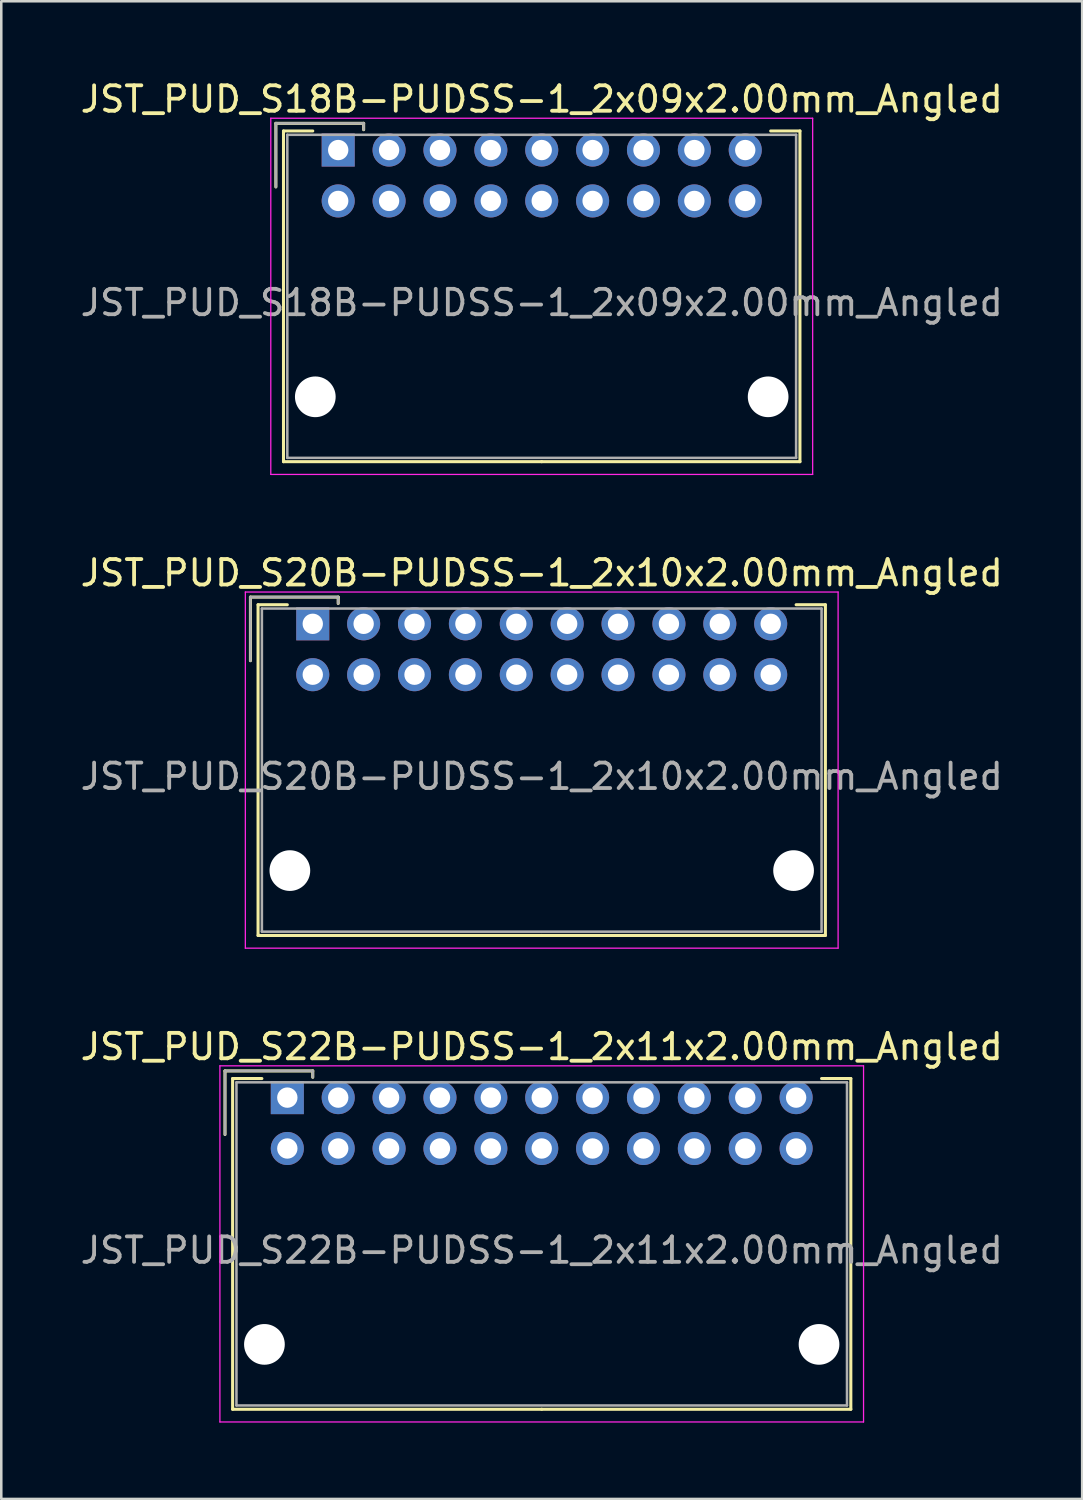
<source format=kicad_pcb>
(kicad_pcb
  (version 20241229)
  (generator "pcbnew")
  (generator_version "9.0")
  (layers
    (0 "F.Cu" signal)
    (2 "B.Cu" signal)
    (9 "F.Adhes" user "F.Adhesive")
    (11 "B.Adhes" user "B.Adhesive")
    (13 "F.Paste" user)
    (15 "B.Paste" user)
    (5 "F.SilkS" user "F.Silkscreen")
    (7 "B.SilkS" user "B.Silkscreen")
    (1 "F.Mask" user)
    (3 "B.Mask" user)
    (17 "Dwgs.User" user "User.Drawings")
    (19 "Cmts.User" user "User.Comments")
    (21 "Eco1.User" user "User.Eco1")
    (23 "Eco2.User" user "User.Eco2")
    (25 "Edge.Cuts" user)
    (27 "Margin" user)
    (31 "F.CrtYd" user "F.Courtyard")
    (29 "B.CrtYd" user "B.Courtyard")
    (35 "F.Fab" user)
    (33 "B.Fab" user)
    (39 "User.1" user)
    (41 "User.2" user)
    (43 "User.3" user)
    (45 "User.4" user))
  (footprint "JST_PUD_S20B-PUDSS-1_2x10x2.00mm_Angled"
    (layer "F.Cu")
    (at 9.244 21.471)
    (property "Reference" "JST_PUD_S20B-PUDSS-1_2x10x2.00mm_Angled" (at 9 -2 0) (layer "F.SilkS") (effects (font (size 1 1) (thickness 0.15))))
    (attr through_hole)
    (fp_line (start -2.45 -1.05) (end -2.45 1.45) (stroke (width 0.12) (type solid)) (layer "F.SilkS"))
    (fp_line (start -2.15 -0.75) (end -2.15 12.25) (stroke (width 0.12) (type solid)) (layer "F.SilkS"))
    (fp_line (start -2.15 12.25) (end 9 12.25) (stroke (width 0.12) (type solid)) (layer "F.SilkS"))
    (fp_line (start -1 -0.75) (end -2.15 -0.75) (stroke (width 0.12) (type solid)) (layer "F.SilkS"))
    (fp_line (start 1 -1.05) (end -2.45 -1.05) (stroke (width 0.12) (type solid)) (layer "F.SilkS"))
    (fp_line (start 1 -0.8) (end 1 -1.05) (stroke (width 0.12) (type solid)) (layer "F.SilkS"))
    (fp_line (start 19 -0.75) (end 20.15 -0.75) (stroke (width 0.12) (type solid)) (layer "F.SilkS"))
    (fp_line (start 20.15 -0.75) (end 20.15 12.25) (stroke (width 0.12) (type solid)) (layer "F.SilkS"))
    (fp_line (start 20.15 12.25) (end 9 12.25) (stroke (width 0.12) (type solid)) (layer "F.SilkS"))
    (fp_line (start -2.65 -1.25) (end -2.65 12.75) (stroke (width 0.05) (type solid)) (layer "F.CrtYd"))
    (fp_line (start -2.65 12.75) (end 20.65 12.75) (stroke (width 0.05) (type solid)) (layer "F.CrtYd"))
    (fp_line (start 20.65 -1.25) (end -2.65 -1.25) (stroke (width 0.05) (type solid)) (layer "F.CrtYd"))
    (fp_line (start 20.65 12.75) (end 20.65 -1.25) (stroke (width 0.05) (type solid)) (layer "F.CrtYd"))
    (fp_line (start -2.45 -1.05) (end -2.45 1.45) (stroke (width 0.1) (type solid)) (layer "F.Fab"))
    (fp_line (start -2 -0.6) (end -2 12.1) (stroke (width 0.1) (type solid)) (layer "F.Fab"))
    (fp_line (start -2 12.1) (end 20 12.1) (stroke (width 0.1) (type solid)) (layer "F.Fab"))
    (fp_line (start 1 -1.05) (end -2.45 -1.05) (stroke (width 0.1) (type solid)) (layer "F.Fab"))
    (fp_line (start 1 -0.8) (end 1 -1.05) (stroke (width 0.1) (type solid)) (layer "F.Fab"))
    (fp_line (start 20 -0.6) (end -2 -0.6) (stroke (width 0.1) (type solid)) (layer "F.Fab"))
    (fp_line (start 20 12.1) (end 20 -0.6) (stroke (width 0.1) (type solid)) (layer "F.Fab"))
    (fp_text user "${REFERENCE}" (at 9 6 0) (layer "F.Fab") (effects (font (size 1 1) (thickness 0.15))))
    (pad "" np_thru_hole circle (at -0.9 9.7) (size 1.6 1.6) (drill 1.6) (layers "*.Cu"))
    (pad "" np_thru_hole circle (at 18.9 9.7) (size 1.6 1.6) (drill 1.6) (layers "*.Cu"))
    (pad "1" thru_hole rect (at 0 0) (size 1.3 1.3) (drill 0.8) (layers "*.Cu" "*.Mask"))
    (pad "2" thru_hole circle (at 0 2) (size 1.3 1.3) (drill 0.8) (layers "*.Cu" "*.Mask"))
    (pad "3" thru_hole circle (at 2 0) (size 1.3 1.3) (drill 0.8) (layers "*.Cu" "*.Mask"))
    (pad "4" thru_hole circle (at 2 2) (size 1.3 1.3) (drill 0.8) (layers "*.Cu" "*.Mask"))
    (pad "5" thru_hole circle (at 4 0) (size 1.3 1.3) (drill 0.8) (layers "*.Cu" "*.Mask"))
    (pad "6" thru_hole circle (at 4 2) (size 1.3 1.3) (drill 0.8) (layers "*.Cu" "*.Mask"))
    (pad "7" thru_hole circle (at 6 0) (size 1.3 1.3) (drill 0.8) (layers "*.Cu" "*.Mask"))
    (pad "8" thru_hole circle (at 6 2) (size 1.3 1.3) (drill 0.8) (layers "*.Cu" "*.Mask"))
    (pad "9" thru_hole circle (at 8 0) (size 1.3 1.3) (drill 0.8) (layers "*.Cu" "*.Mask"))
    (pad "10" thru_hole circle (at 8 2) (size 1.3 1.3) (drill 0.8) (layers "*.Cu" "*.Mask"))
    (pad "11" thru_hole circle (at 10 0) (size 1.3 1.3) (drill 0.8) (layers "*.Cu" "*.Mask"))
    (pad "12" thru_hole circle (at 10 2) (size 1.3 1.3) (drill 0.8) (layers "*.Cu" "*.Mask"))
    (pad "13" thru_hole circle (at 12 0) (size 1.3 1.3) (drill 0.8) (layers "*.Cu" "*.Mask"))
    (pad "14" thru_hole circle (at 12 2) (size 1.3 1.3) (drill 0.8) (layers "*.Cu" "*.Mask"))
    (pad "15" thru_hole circle (at 14 0) (size 1.3 1.3) (drill 0.8) (layers "*.Cu" "*.Mask"))
    (pad "16" thru_hole circle (at 14 2) (size 1.3 1.3) (drill 0.8) (layers "*.Cu" "*.Mask"))
    (pad "17" thru_hole circle (at 16 0) (size 1.3 1.3) (drill 0.8) (layers "*.Cu" "*.Mask"))
    (pad "18" thru_hole circle (at 16 2) (size 1.3 1.3) (drill 0.8) (layers "*.Cu" "*.Mask"))
    (pad "19" thru_hole circle (at 18 0) (size 1.3 1.3) (drill 0.8) (layers "*.Cu" "*.Mask"))
    (pad "20" thru_hole circle (at 18 2) (size 1.3 1.3) (drill 0.8) (layers "*.Cu" "*.Mask")))
  (footprint "JST_PUD_S18B-PUDSS-1_2x09x2.00mm_Angled"
    (layer "F.Cu")
    (at 10.244 2.848)
    (property "Reference" "JST_PUD_S18B-PUDSS-1_2x09x2.00mm_Angled" (at 8 -2 0) (layer "F.SilkS") (effects (font (size 1 1) (thickness 0.15))))
    (attr through_hole)
    (fp_line (start -2.45 -1.05) (end -2.45 1.45) (stroke (width 0.12) (type solid)) (layer "F.SilkS"))
    (fp_line (start -2.15 -0.75) (end -2.15 12.25) (stroke (width 0.12) (type solid)) (layer "F.SilkS"))
    (fp_line (start -2.15 12.25) (end 8 12.25) (stroke (width 0.12) (type solid)) (layer "F.SilkS"))
    (fp_line (start -1 -0.75) (end -2.15 -0.75) (stroke (width 0.12) (type solid)) (layer "F.SilkS"))
    (fp_line (start 1 -1.05) (end -2.45 -1.05) (stroke (width 0.12) (type solid)) (layer "F.SilkS"))
    (fp_line (start 1 -0.8) (end 1 -1.05) (stroke (width 0.12) (type solid)) (layer "F.SilkS"))
    (fp_line (start 17 -0.75) (end 18.15 -0.75) (stroke (width 0.12) (type solid)) (layer "F.SilkS"))
    (fp_line (start 18.15 -0.75) (end 18.15 12.25) (stroke (width 0.12) (type solid)) (layer "F.SilkS"))
    (fp_line (start 18.15 12.25) (end 8 12.25) (stroke (width 0.12) (type solid)) (layer "F.SilkS"))
    (fp_line (start -2.65 -1.25) (end -2.65 12.75) (stroke (width 0.05) (type solid)) (layer "F.CrtYd"))
    (fp_line (start -2.65 12.75) (end 18.65 12.75) (stroke (width 0.05) (type solid)) (layer "F.CrtYd"))
    (fp_line (start 18.65 -1.25) (end -2.65 -1.25) (stroke (width 0.05) (type solid)) (layer "F.CrtYd"))
    (fp_line (start 18.65 12.75) (end 18.65 -1.25) (stroke (width 0.05) (type solid)) (layer "F.CrtYd"))
    (fp_line (start -2.45 -1.05) (end -2.45 1.45) (stroke (width 0.1) (type solid)) (layer "F.Fab"))
    (fp_line (start -2 -0.6) (end -2 12.1) (stroke (width 0.1) (type solid)) (layer "F.Fab"))
    (fp_line (start -2 12.1) (end 18 12.1) (stroke (width 0.1) (type solid)) (layer "F.Fab"))
    (fp_line (start 1 -1.05) (end -2.45 -1.05) (stroke (width 0.1) (type solid)) (layer "F.Fab"))
    (fp_line (start 1 -0.8) (end 1 -1.05) (stroke (width 0.1) (type solid)) (layer "F.Fab"))
    (fp_line (start 18 -0.6) (end -2 -0.6) (stroke (width 0.1) (type solid)) (layer "F.Fab"))
    (fp_line (start 18 12.1) (end 18 -0.6) (stroke (width 0.1) (type solid)) (layer "F.Fab"))
    (fp_text user "${REFERENCE}" (at 8 6 0) (layer "F.Fab") (effects (font (size 1 1) (thickness 0.15))))
    (pad "" np_thru_hole circle (at -0.9 9.7) (size 1.6 1.6) (drill 1.6) (layers "*.Cu"))
    (pad "" np_thru_hole circle (at 16.9 9.7) (size 1.6 1.6) (drill 1.6) (layers "*.Cu"))
    (pad "1" thru_hole rect (at 0 0) (size 1.3 1.3) (drill 0.8) (layers "*.Cu" "*.Mask"))
    (pad "2" thru_hole circle (at 0 2) (size 1.3 1.3) (drill 0.8) (layers "*.Cu" "*.Mask"))
    (pad "3" thru_hole circle (at 2 0) (size 1.3 1.3) (drill 0.8) (layers "*.Cu" "*.Mask"))
    (pad "4" thru_hole circle (at 2 2) (size 1.3 1.3) (drill 0.8) (layers "*.Cu" "*.Mask"))
    (pad "5" thru_hole circle (at 4 0) (size 1.3 1.3) (drill 0.8) (layers "*.Cu" "*.Mask"))
    (pad "6" thru_hole circle (at 4 2) (size 1.3 1.3) (drill 0.8) (layers "*.Cu" "*.Mask"))
    (pad "7" thru_hole circle (at 6 0) (size 1.3 1.3) (drill 0.8) (layers "*.Cu" "*.Mask"))
    (pad "8" thru_hole circle (at 6 2) (size 1.3 1.3) (drill 0.8) (layers "*.Cu" "*.Mask"))
    (pad "9" thru_hole circle (at 8 0) (size 1.3 1.3) (drill 0.8) (layers "*.Cu" "*.Mask"))
    (pad "10" thru_hole circle (at 8 2) (size 1.3 1.3) (drill 0.8) (layers "*.Cu" "*.Mask"))
    (pad "11" thru_hole circle (at 10 0) (size 1.3 1.3) (drill 0.8) (layers "*.Cu" "*.Mask"))
    (pad "12" thru_hole circle (at 10 2) (size 1.3 1.3) (drill 0.8) (layers "*.Cu" "*.Mask"))
    (pad "13" thru_hole circle (at 12 0) (size 1.3 1.3) (drill 0.8) (layers "*.Cu" "*.Mask"))
    (pad "14" thru_hole circle (at 12 2) (size 1.3 1.3) (drill 0.8) (layers "*.Cu" "*.Mask"))
    (pad "15" thru_hole circle (at 14 0) (size 1.3 1.3) (drill 0.8) (layers "*.Cu" "*.Mask"))
    (pad "16" thru_hole circle (at 14 2) (size 1.3 1.3) (drill 0.8) (layers "*.Cu" "*.Mask"))
    (pad "17" thru_hole circle (at 16 0) (size 1.3 1.3) (drill 0.8) (layers "*.Cu" "*.Mask"))
    (pad "18" thru_hole circle (at 16 2) (size 1.3 1.3) (drill 0.8) (layers "*.Cu" "*.Mask")))
  (footprint "JST_PUD_S22B-PUDSS-1_2x11x2.00mm_Angled"
    (layer "F.Cu")
    (at 8.244 40.095)
    (property "Reference" "JST_PUD_S22B-PUDSS-1_2x11x2.00mm_Angled" (at 10 -2 0) (layer "F.SilkS") (effects (font (size 1 1) (thickness 0.15))))
    (attr through_hole)
    (fp_line (start -2.45 -1.05) (end -2.45 1.45) (stroke (width 0.12) (type solid)) (layer "F.SilkS"))
    (fp_line (start -2.15 -0.75) (end -2.15 12.25) (stroke (width 0.12) (type solid)) (layer "F.SilkS"))
    (fp_line (start -2.15 12.25) (end 10 12.25) (stroke (width 0.12) (type solid)) (layer "F.SilkS"))
    (fp_line (start -1 -0.75) (end -2.15 -0.75) (stroke (width 0.12) (type solid)) (layer "F.SilkS"))
    (fp_line (start 1 -1.05) (end -2.45 -1.05) (stroke (width 0.12) (type solid)) (layer "F.SilkS"))
    (fp_line (start 1 -0.8) (end 1 -1.05) (stroke (width 0.12) (type solid)) (layer "F.SilkS"))
    (fp_line (start 21 -0.75) (end 22.15 -0.75) (stroke (width 0.12) (type solid)) (layer "F.SilkS"))
    (fp_line (start 22.15 -0.75) (end 22.15 12.25) (stroke (width 0.12) (type solid)) (layer "F.SilkS"))
    (fp_line (start 22.15 12.25) (end 10 12.25) (stroke (width 0.12) (type solid)) (layer "F.SilkS"))
    (fp_line (start -2.65 -1.25) (end -2.65 12.75) (stroke (width 0.05) (type solid)) (layer "F.CrtYd"))
    (fp_line (start -2.65 12.75) (end 22.65 12.75) (stroke (width 0.05) (type solid)) (layer "F.CrtYd"))
    (fp_line (start 22.65 -1.25) (end -2.65 -1.25) (stroke (width 0.05) (type solid)) (layer "F.CrtYd"))
    (fp_line (start 22.65 12.75) (end 22.65 -1.25) (stroke (width 0.05) (type solid)) (layer "F.CrtYd"))
    (fp_line (start -2.45 -1.05) (end -2.45 1.45) (stroke (width 0.1) (type solid)) (layer "F.Fab"))
    (fp_line (start -2 -0.6) (end -2 12.1) (stroke (width 0.1) (type solid)) (layer "F.Fab"))
    (fp_line (start -2 12.1) (end 22 12.1) (stroke (width 0.1) (type solid)) (layer "F.Fab"))
    (fp_line (start 1 -1.05) (end -2.45 -1.05) (stroke (width 0.1) (type solid)) (layer "F.Fab"))
    (fp_line (start 1 -0.8) (end 1 -1.05) (stroke (width 0.1) (type solid)) (layer "F.Fab"))
    (fp_line (start 22 -0.6) (end -2 -0.6) (stroke (width 0.1) (type solid)) (layer "F.Fab"))
    (fp_line (start 22 12.1) (end 22 -0.6) (stroke (width 0.1) (type solid)) (layer "F.Fab"))
    (fp_text user "${REFERENCE}" (at 10 6 0) (layer "F.Fab") (effects (font (size 1 1) (thickness 0.15))))
    (pad "" np_thru_hole circle (at -0.9 9.7) (size 1.6 1.6) (drill 1.6) (layers "*.Cu"))
    (pad "" np_thru_hole circle (at 20.9 9.7) (size 1.6 1.6) (drill 1.6) (layers "*.Cu"))
    (pad "1" thru_hole rect (at 0 0) (size 1.3 1.3) (drill 0.8) (layers "*.Cu" "*.Mask"))
    (pad "2" thru_hole circle (at 0 2) (size 1.3 1.3) (drill 0.8) (layers "*.Cu" "*.Mask"))
    (pad "3" thru_hole circle (at 2 0) (size 1.3 1.3) (drill 0.8) (layers "*.Cu" "*.Mask"))
    (pad "4" thru_hole circle (at 2 2) (size 1.3 1.3) (drill 0.8) (layers "*.Cu" "*.Mask"))
    (pad "5" thru_hole circle (at 4 0) (size 1.3 1.3) (drill 0.8) (layers "*.Cu" "*.Mask"))
    (pad "6" thru_hole circle (at 4 2) (size 1.3 1.3) (drill 0.8) (layers "*.Cu" "*.Mask"))
    (pad "7" thru_hole circle (at 6 0) (size 1.3 1.3) (drill 0.8) (layers "*.Cu" "*.Mask"))
    (pad "8" thru_hole circle (at 6 2) (size 1.3 1.3) (drill 0.8) (layers "*.Cu" "*.Mask"))
    (pad "9" thru_hole circle (at 8 0) (size 1.3 1.3) (drill 0.8) (layers "*.Cu" "*.Mask"))
    (pad "10" thru_hole circle (at 8 2) (size 1.3 1.3) (drill 0.8) (layers "*.Cu" "*.Mask"))
    (pad "11" thru_hole circle (at 10 0) (size 1.3 1.3) (drill 0.8) (layers "*.Cu" "*.Mask"))
    (pad "12" thru_hole circle (at 10 2) (size 1.3 1.3) (drill 0.8) (layers "*.Cu" "*.Mask"))
    (pad "13" thru_hole circle (at 12 0) (size 1.3 1.3) (drill 0.8) (layers "*.Cu" "*.Mask"))
    (pad "14" thru_hole circle (at 12 2) (size 1.3 1.3) (drill 0.8) (layers "*.Cu" "*.Mask"))
    (pad "15" thru_hole circle (at 14 0) (size 1.3 1.3) (drill 0.8) (layers "*.Cu" "*.Mask"))
    (pad "16" thru_hole circle (at 14 2) (size 1.3 1.3) (drill 0.8) (layers "*.Cu" "*.Mask"))
    (pad "17" thru_hole circle (at 16 0) (size 1.3 1.3) (drill 0.8) (layers "*.Cu" "*.Mask"))
    (pad "18" thru_hole circle (at 16 2) (size 1.3 1.3) (drill 0.8) (layers "*.Cu" "*.Mask"))
    (pad "19" thru_hole circle (at 18 0) (size 1.3 1.3) (drill 0.8) (layers "*.Cu" "*.Mask"))
    (pad "20" thru_hole circle (at 18 2) (size 1.3 1.3) (drill 0.8) (layers "*.Cu" "*.Mask"))
    (pad "21" thru_hole circle (at 20 0) (size 1.3 1.3) (drill 0.8) (layers "*.Cu" "*.Mask"))
    (pad "22" thru_hole circle (at 20 2) (size 1.3 1.3) (drill 0.8) (layers "*.Cu" "*.Mask")))
  (gr_rect
    (start -3 -3)
    (end 39.488 55.87)
    (stroke (width 0.1) (type default))
    (fill no)
    (layer "Edge.Cuts")))
</source>
